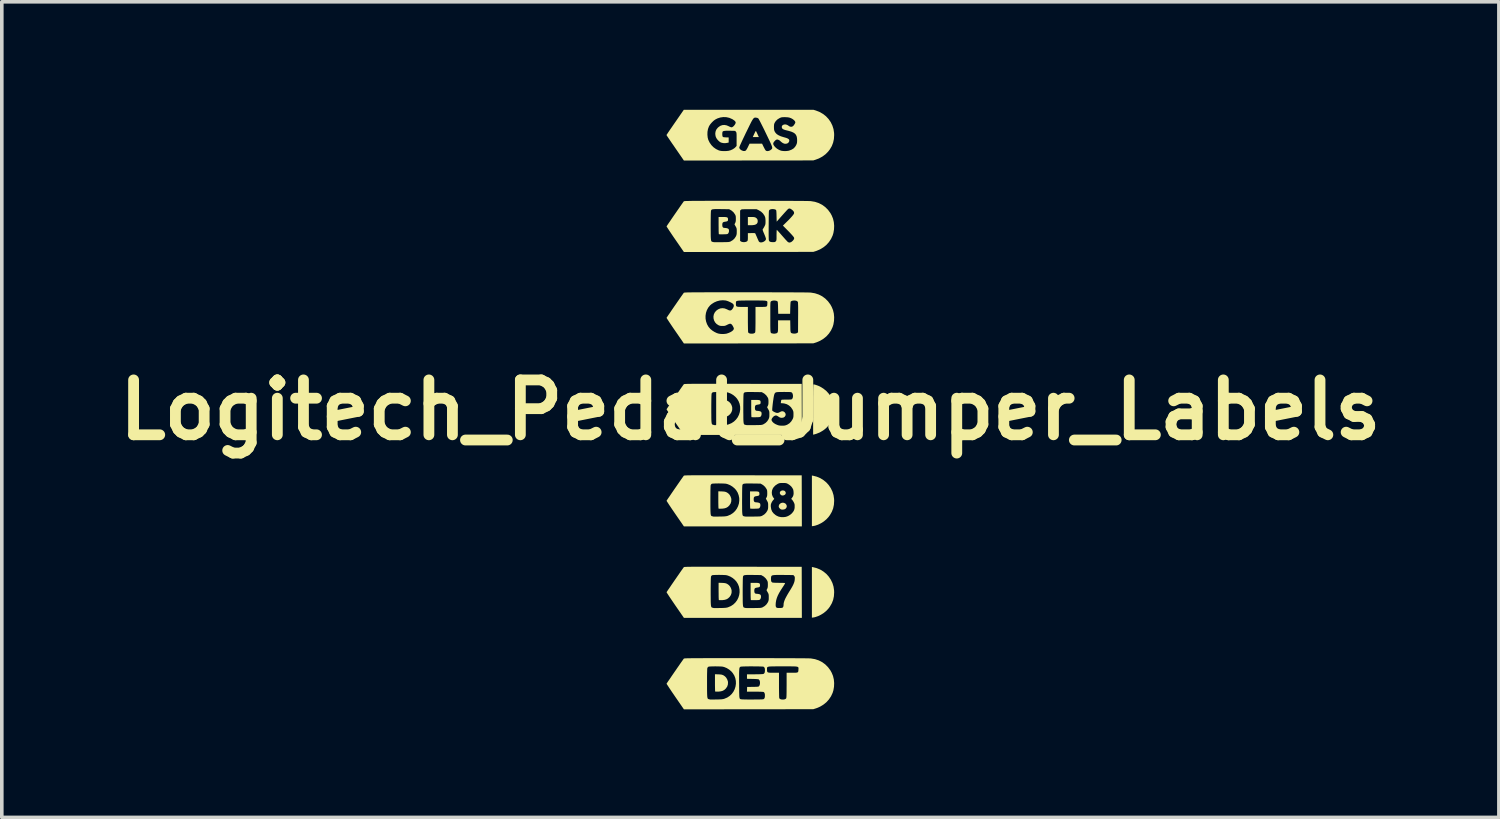
<source format=kicad_pcb>
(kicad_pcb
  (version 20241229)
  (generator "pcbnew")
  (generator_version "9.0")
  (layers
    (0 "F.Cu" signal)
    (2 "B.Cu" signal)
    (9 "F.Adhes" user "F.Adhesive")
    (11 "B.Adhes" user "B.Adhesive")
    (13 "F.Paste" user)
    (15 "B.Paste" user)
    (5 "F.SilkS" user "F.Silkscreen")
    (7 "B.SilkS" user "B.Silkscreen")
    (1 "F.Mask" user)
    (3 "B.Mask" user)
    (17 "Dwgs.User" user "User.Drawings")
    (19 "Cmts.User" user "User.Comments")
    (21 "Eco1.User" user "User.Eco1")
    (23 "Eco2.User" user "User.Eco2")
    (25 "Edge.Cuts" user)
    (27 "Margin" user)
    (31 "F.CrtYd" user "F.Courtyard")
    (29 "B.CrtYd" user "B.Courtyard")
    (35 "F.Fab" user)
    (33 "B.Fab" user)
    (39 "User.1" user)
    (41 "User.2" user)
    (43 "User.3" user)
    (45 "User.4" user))
  (footprint "Logitech_Pedal_Jumper_Labels"
    (layer "F.Cu")
    (at 17.787 8.335)
    (property "Reference" "Logitech_Pedal_Jumper_Labels" (at 0 0 0) (layer "F.SilkS") (effects (font (size 1.524 1.524) (thickness 0.3))))
    (attr board_only exclude_from_pos_files exclude_from_bom)
    (fp_poly (pts (xy 0.155 -7.746) (xy 0.159 -7.743) (xy 0.163 -7.735) (xy 0.171 -7.718) (xy 0.184 -7.692) (xy 0.202 -7.654) (xy 0.206 -7.643) (xy 0.237 -7.578) (xy 0.068 -7.578) (xy 0.088 -7.622) (xy 0.111 -7.672) (xy 0.129 -7.71) (xy 0.143 -7.735) (xy 0.152 -7.747) (xy 0.153 -7.747)) (stroke (width 0) (type solid)) (fill yes) (layer "F.SilkS"))
    (fp_poly (pts (xy 0.023 -5.359) (xy 0.07 -5.359) (xy 0.103 -5.356) (xy 0.127 -5.351) (xy 0.143 -5.345) (xy 0.179 -5.319) (xy 0.2 -5.285) (xy 0.206 -5.246) (xy 0.201 -5.206) (xy 0.184 -5.176) (xy 0.156 -5.154) (xy 0.114 -5.139) (xy 0.058 -5.132) (xy 0.019 -5.131) (xy -0.068 -5.131) (xy -0.068 -5.359)) (stroke (width 0) (type solid)) (fill yes) (layer "F.SilkS"))
    (fp_poly (pts (xy 0.935 2.239) (xy 0.96 2.253) (xy 0.978 2.277) (xy 0.985 2.306) (xy 0.978 2.333) (xy 0.959 2.355) (xy 0.931 2.37) (xy 0.897 2.376) (xy 0.875 2.373) (xy 0.857 2.365) (xy 0.838 2.349) (xy 0.838 2.349) (xy 0.821 2.321) (xy 0.819 2.293) (xy 0.83 2.267) (xy 0.852 2.247) (xy 0.884 2.236) (xy 0.898 2.235)) (stroke (width 0) (type solid)) (fill yes) (layer "F.SilkS"))
    (fp_poly (pts (xy 0.933 2.579) (xy 0.968 2.595) (xy 0.983 2.607) (xy 1.006 2.64) (xy 1.013 2.675) (xy 1.004 2.71) (xy 0.978 2.744) (xy 0.977 2.744) (xy 0.954 2.757) (xy 0.922 2.765) (xy 0.887 2.767) (xy 0.857 2.763) (xy 0.85 2.761) (xy 0.834 2.75) (xy 0.814 2.731) (xy 0.809 2.725) (xy 0.794 2.703) (xy 0.789 2.683) (xy 0.79 2.664) (xy 0.802 2.629) (xy 0.827 2.601) (xy 0.859 2.583) (xy 0.896 2.575)) (stroke (width 0) (type solid)) (fill yes) (layer "F.SilkS"))
    (fp_poly (pts (xy 1.738 1.825) (xy 1.843 1.852) (xy 1.94 1.892) (xy 2.029 1.946) (xy 2.109 2.011) (xy 2.178 2.088) (xy 2.235 2.173) (xy 2.28 2.266) (xy 2.311 2.367) (xy 2.326 2.472) (xy 2.328 2.526) (xy 2.321 2.634) (xy 2.3 2.734) (xy 2.263 2.829) (xy 2.211 2.919) (xy 2.173 2.971) (xy 2.113 3.036) (xy 2.041 3.096) (xy 1.962 3.146) (xy 1.88 3.186) (xy 1.797 3.214) (xy 1.749 3.223) (xy 1.71 3.228) (xy 1.71 1.821)) (stroke (width 0) (type solid)) (fill yes) (layer "F.SilkS"))
    (fp_poly (pts (xy 1.738 4.365) (xy 1.843 4.392) (xy 1.94 4.432) (xy 2.029 4.486) (xy 2.109 4.551) (xy 2.178 4.628) (xy 2.235 4.713) (xy 2.28 4.806) (xy 2.311 4.907) (xy 2.326 5.012) (xy 2.328 5.066) (xy 2.321 5.174) (xy 2.3 5.274) (xy 2.263 5.369) (xy 2.211 5.459) (xy 2.173 5.511) (xy 2.113 5.576) (xy 2.041 5.636) (xy 1.962 5.686) (xy 1.88 5.726) (xy 1.797 5.754) (xy 1.749 5.763) (xy 1.71 5.768) (xy 1.71 4.361)) (stroke (width 0) (type solid)) (fill yes) (layer "F.SilkS"))
    (fp_poly (pts (xy -0.887 7.342) (xy -0.837 7.345) (xy -0.799 7.35) (xy -0.769 7.359) (xy -0.741 7.372) (xy -0.712 7.393) (xy -0.702 7.4) (xy -0.669 7.436) (xy -0.642 7.483) (xy -0.624 7.534) (xy -0.62 7.56) (xy -0.623 7.622) (xy -0.641 7.679) (xy -0.676 7.731) (xy -0.683 7.739) (xy -0.722 7.774) (xy -0.764 7.798) (xy -0.815 7.813) (xy -0.876 7.821) (xy -0.889 7.821) (xy -0.924 7.822) (xy -0.953 7.822) (xy -0.972 7.82) (xy -0.976 7.818) (xy -0.977 7.809) (xy -0.979 7.784) (xy -0.98 7.747) (xy -0.981 7.7) (xy -0.982 7.644) (xy -0.982 7.583) (xy -0.982 7.575) (xy -0.982 7.339)) (stroke (width 0) (type solid)) (fill yes) (layer "F.SilkS"))
    (fp_poly (pts (xy -0.794 2.262) (xy -0.744 2.265) (xy -0.706 2.27) (xy -0.676 2.279) (xy -0.648 2.292) (xy -0.618 2.313) (xy -0.609 2.32) (xy -0.575 2.356) (xy -0.549 2.403) (xy -0.531 2.454) (xy -0.527 2.48) (xy -0.53 2.542) (xy -0.548 2.599) (xy -0.583 2.651) (xy -0.59 2.659) (xy -0.629 2.694) (xy -0.671 2.718) (xy -0.721 2.733) (xy -0.783 2.741) (xy -0.796 2.741) (xy -0.831 2.742) (xy -0.86 2.742) (xy -0.879 2.74) (xy -0.883 2.738) (xy -0.884 2.729) (xy -0.886 2.704) (xy -0.887 2.667) (xy -0.888 2.62) (xy -0.889 2.564) (xy -0.889 2.503) (xy -0.889 2.495) (xy -0.889 2.259)) (stroke (width 0) (type solid)) (fill yes) (layer "F.SilkS"))
    (fp_poly (pts (xy -0.785 4.802) (xy -0.735 4.805) (xy -0.698 4.81) (xy -0.667 4.819) (xy -0.64 4.832) (xy -0.61 4.853) (xy -0.601 4.86) (xy -0.567 4.896) (xy -0.54 4.943) (xy -0.523 4.994) (xy -0.519 5.02) (xy -0.521 5.082) (xy -0.54 5.139) (xy -0.574 5.191) (xy -0.582 5.199) (xy -0.62 5.234) (xy -0.663 5.258) (xy -0.713 5.273) (xy -0.775 5.281) (xy -0.787 5.281) (xy -0.823 5.282) (xy -0.852 5.282) (xy -0.87 5.28) (xy -0.874 5.278) (xy -0.876 5.269) (xy -0.877 5.244) (xy -0.879 5.207) (xy -0.88 5.16) (xy -0.88 5.104) (xy -0.881 5.043) (xy -0.881 5.035) (xy -0.881 4.799)) (stroke (width 0) (type solid)) (fill yes) (layer "F.SilkS"))
    (fp_poly (pts (xy -0.768 -0.278) (xy -0.718 -0.275) (xy -0.681 -0.27) (xy -0.65 -0.261) (xy -0.623 -0.248) (xy -0.593 -0.227) (xy -0.584 -0.22) (xy -0.55 -0.184) (xy -0.523 -0.137) (xy -0.506 -0.086) (xy -0.502 -0.06) (xy -0.504 0.002) (xy -0.523 0.059) (xy -0.557 0.111) (xy -0.565 0.119) (xy -0.603 0.154) (xy -0.646 0.178) (xy -0.696 0.193) (xy -0.758 0.201) (xy -0.77 0.201) (xy -0.806 0.202) (xy -0.835 0.202) (xy -0.853 0.2) (xy -0.857 0.198) (xy -0.859 0.189) (xy -0.86 0.164) (xy -0.862 0.127) (xy -0.863 0.08) (xy -0.863 0.024) (xy -0.864 -0.037) (xy -0.864 -0.045) (xy -0.864 -0.281)) (stroke (width 0) (type solid)) (fill yes) (layer "F.SilkS"))
    (fp_poly (pts (xy 1.775 -0.708) (xy 1.805 -0.7) (xy 1.842 -0.688) (xy 1.88 -0.674) (xy 1.915 -0.659) (xy 1.935 -0.65) (xy 2.029 -0.593) (xy 2.113 -0.525) (xy 2.183 -0.447) (xy 2.241 -0.359) (xy 2.285 -0.263) (xy 2.314 -0.161) (xy 2.327 -0.053) (xy 2.328 -0.014) (xy 2.321 0.094) (xy 2.3 0.194) (xy 2.263 0.289) (xy 2.211 0.379) (xy 2.173 0.431) (xy 2.103 0.506) (xy 2.021 0.57) (xy 1.929 0.624) (xy 1.829 0.664) (xy 1.767 0.681) (xy 1.744 0.686) (xy 1.744 -0.013) (xy 1.744 -0.14) (xy 1.744 -0.251) (xy 1.744 -0.347) (xy 1.745 -0.43) (xy 1.745 -0.499) (xy 1.746 -0.557) (xy 1.747 -0.603) (xy 1.748 -0.64) (xy 1.749 -0.668) (xy 1.75 -0.688) (xy 1.752 -0.701) (xy 1.754 -0.709) (xy 1.756 -0.711) (xy 1.756 -0.711)) (stroke (width 0) (type solid)) (fill yes) (layer "F.SilkS"))
    (fp_poly (pts (xy -0.773 -5.359) (xy -0.719 -5.359) (xy -0.679 -5.356) (xy -0.652 -5.351) (xy -0.635 -5.343) (xy -0.625 -5.329) (xy -0.621 -5.311) (xy -0.62 -5.299) (xy -0.62 -5.269) (xy -0.629 -5.25) (xy -0.648 -5.238) (xy -0.681 -5.231) (xy -0.694 -5.229) (xy -0.733 -5.222) (xy -0.759 -5.21) (xy -0.773 -5.19) (xy -0.778 -5.158) (xy -0.779 -5.139) (xy -0.776 -5.1) (xy -0.764 -5.074) (xy -0.744 -5.059) (xy -0.712 -5.055) (xy -0.709 -5.055) (xy -0.669 -5.051) (xy -0.634 -5.043) (xy -0.61 -5.03) (xy -0.601 -5.021) (xy -0.593 -4.991) (xy -0.593 -4.955) (xy -0.603 -4.922) (xy -0.613 -4.905) (xy -0.622 -4.895) (xy -0.631 -4.889) (xy -0.643 -4.884) (xy -0.661 -4.882) (xy -0.689 -4.88) (xy -0.73 -4.879) (xy -0.751 -4.878) (xy -0.794 -4.878) (xy -0.831 -4.878) (xy -0.858 -4.879) (xy -0.873 -4.881) (xy -0.874 -4.882) (xy -0.876 -4.892) (xy -0.877 -4.916) (xy -0.879 -4.953) (xy -0.88 -5) (xy -0.88 -5.056) (xy -0.881 -5.117) (xy -0.881 -5.124) (xy -0.881 -5.359)) (stroke (width 0) (type solid)) (fill yes) (layer "F.SilkS"))
    (fp_poly (pts (xy 0.099 2.261) (xy 0.153 2.261) (xy 0.193 2.264) (xy 0.22 2.269) (xy 0.237 2.277) (xy 0.247 2.291) (xy 0.251 2.309) (xy 0.252 2.321) (xy 0.252 2.351) (xy 0.243 2.37) (xy 0.224 2.382) (xy 0.192 2.389) (xy 0.178 2.391) (xy 0.139 2.398) (xy 0.113 2.41) (xy 0.099 2.43) (xy 0.094 2.462) (xy 0.093 2.481) (xy 0.096 2.52) (xy 0.108 2.546) (xy 0.128 2.561) (xy 0.16 2.565) (xy 0.163 2.565) (xy 0.203 2.569) (xy 0.238 2.577) (xy 0.262 2.59) (xy 0.271 2.599) (xy 0.279 2.629) (xy 0.279 2.665) (xy 0.269 2.698) (xy 0.259 2.715) (xy 0.25 2.725) (xy 0.242 2.731) (xy 0.229 2.736) (xy 0.211 2.738) (xy 0.183 2.74) (xy 0.142 2.741) (xy 0.121 2.742) (xy 0.078 2.742) (xy 0.041 2.742) (xy 0.014 2.741) (xy -0.001 2.739) (xy -0.002 2.738) (xy -0.004 2.728) (xy -0.005 2.704) (xy -0.007 2.667) (xy -0.008 2.62) (xy -0.008 2.564) (xy -0.008 2.503) (xy -0.008 2.496) (xy -0.008 2.261)) (stroke (width 0) (type solid)) (fill yes) (layer "F.SilkS"))
    (fp_poly (pts (xy 0.116 4.801) (xy 0.17 4.801) (xy 0.21 4.804) (xy 0.237 4.809) (xy 0.254 4.817) (xy 0.264 4.831) (xy 0.268 4.849) (xy 0.269 4.861) (xy 0.269 4.891) (xy 0.26 4.91) (xy 0.241 4.922) (xy 0.208 4.929) (xy 0.195 4.931) (xy 0.156 4.938) (xy 0.13 4.95) (xy 0.116 4.97) (xy 0.111 5.002) (xy 0.11 5.021) (xy 0.113 5.06) (xy 0.125 5.086) (xy 0.145 5.101) (xy 0.177 5.105) (xy 0.18 5.105) (xy 0.22 5.109) (xy 0.255 5.117) (xy 0.279 5.13) (xy 0.288 5.139) (xy 0.296 5.169) (xy 0.296 5.205) (xy 0.286 5.238) (xy 0.276 5.255) (xy 0.267 5.265) (xy 0.258 5.271) (xy 0.246 5.276) (xy 0.228 5.278) (xy 0.2 5.28) (xy 0.159 5.281) (xy 0.138 5.282) (xy 0.095 5.282) (xy 0.058 5.282) (xy 0.031 5.281) (xy 0.016 5.279) (xy 0.015 5.278) (xy 0.013 5.268) (xy 0.012 5.244) (xy 0.01 5.207) (xy 0.009 5.16) (xy 0.009 5.104) (xy 0.008 5.043) (xy 0.008 5.036) (xy 0.008 4.801)) (stroke (width 0) (type solid)) (fill yes) (layer "F.SilkS"))
    (fp_poly (pts (xy 0.133 -0.279) (xy 0.187 -0.279) (xy 0.227 -0.276) (xy 0.254 -0.271) (xy 0.271 -0.263) (xy 0.281 -0.249) (xy 0.285 -0.231) (xy 0.286 -0.219) (xy 0.285 -0.189) (xy 0.277 -0.17) (xy 0.258 -0.158) (xy 0.225 -0.151) (xy 0.212 -0.149) (xy 0.172 -0.142) (xy 0.147 -0.13) (xy 0.133 -0.11) (xy 0.128 -0.078) (xy 0.127 -0.059) (xy 0.13 -0.02) (xy 0.141 0.006) (xy 0.162 0.021) (xy 0.194 0.025) (xy 0.197 0.025) (xy 0.237 0.029) (xy 0.272 0.037) (xy 0.296 0.05) (xy 0.305 0.059) (xy 0.313 0.089) (xy 0.312 0.125) (xy 0.303 0.158) (xy 0.293 0.175) (xy 0.284 0.185) (xy 0.275 0.191) (xy 0.263 0.196) (xy 0.245 0.198) (xy 0.217 0.2) (xy 0.176 0.201) (xy 0.155 0.202) (xy 0.112 0.202) (xy 0.075 0.202) (xy 0.048 0.201) (xy 0.033 0.199) (xy 0.032 0.198) (xy 0.03 0.188) (xy 0.029 0.164) (xy 0.027 0.127) (xy 0.026 0.08) (xy 0.026 0.024) (xy 0.025 -0.037) (xy 0.025 -0.044) (xy 0.025 -0.279)) (stroke (width 0) (type solid)) (fill yes) (layer "F.SilkS"))
    (fp_poly (pts (xy -0.992 1.813) (xy -0.853 1.813) (xy -0.7 1.813) (xy -0.532 1.814) (xy -0.349 1.814) (xy -0.204 1.814) (xy 1.427 1.816) (xy 1.429 2.525) (xy 1.431 3.234) (xy -1.844 3.234) (xy -2.087 2.882) (xy -2.134 2.813) (xy -2.178 2.749) (xy -2.218 2.689) (xy -2.253 2.637) (xy -2.282 2.592) (xy -2.305 2.557) (xy -2.32 2.533) (xy -2.326 2.521) (xy -2.326 2.52) (xy -2.32 2.511) (xy -2.312 2.499) (xy -1.109 2.499) (xy -1.109 2.597) (xy -1.109 2.679) (xy -1.108 2.747) (xy -1.107 2.802) (xy -1.105 2.846) (xy -1.103 2.88) (xy -1.099 2.905) (xy -1.095 2.923) (xy -1.089 2.935) (xy -1.082 2.943) (xy -1.073 2.948) (xy -1.062 2.951) (xy -1.061 2.951) (xy -1.041 2.956) (xy -1.029 2.96) (xy -1.018 2.961) (xy -0.993 2.961) (xy -0.957 2.961) (xy -0.911 2.961) (xy -0.86 2.96) (xy -0.851 2.96) (xy -0.79 2.959) (xy -0.742 2.957) (xy -0.706 2.955) (xy -0.677 2.951) (xy -0.653 2.947) (xy -0.631 2.941) (xy -0.626 2.939) (xy -0.548 2.906) (xy -0.48 2.861) (xy -0.422 2.806) (xy -0.376 2.743) (xy -0.341 2.673) (xy -0.317 2.599) (xy -0.307 2.522) (xy -0.307 2.499) (xy -0.229 2.499) (xy -0.229 2.597) (xy -0.228 2.679) (xy -0.228 2.747) (xy -0.227 2.802) (xy -0.225 2.846) (xy -0.222 2.88) (xy -0.219 2.905) (xy -0.214 2.923) (xy -0.208 2.935) (xy -0.201 2.943) (xy -0.192 2.948) (xy -0.182 2.951) (xy -0.18 2.951) (xy -0.16 2.956) (xy -0.148 2.96) (xy -0.138 2.96) (xy -0.113 2.961) (xy -0.075 2.961) (xy -0.029 2.961) (xy 0.026 2.961) (xy 0.072 2.961) (xy 0.137 2.96) (xy 0.188 2.959) (xy 0.227 2.958) (xy 0.256 2.957) (xy 0.278 2.954) (xy 0.294 2.951) (xy 0.309 2.946) (xy 0.323 2.941) (xy 0.33 2.937) (xy 0.387 2.902) (xy 0.435 2.855) (xy 0.471 2.8) (xy 0.473 2.795) (xy 0.484 2.77) (xy 0.49 2.747) (xy 0.494 2.721) (xy 0.495 2.685) (xy 0.495 2.663) (xy 0.495 2.654) (xy 0.568 2.654) (xy 0.569 2.689) (xy 0.57 2.693) (xy 0.581 2.76) (xy 0.605 2.819) (xy 0.644 2.87) (xy 0.698 2.916) (xy 0.729 2.936) (xy 0.786 2.962) (xy 0.851 2.975) (xy 0.92 2.977) (xy 0.988 2.968) (xy 1.046 2.947) (xy 1.103 2.914) (xy 1.154 2.871) (xy 1.193 2.822) (xy 1.208 2.796) (xy 1.22 2.767) (xy 1.227 2.74) (xy 1.231 2.707) (xy 1.231 2.681) (xy 1.231 2.644) (xy 1.228 2.617) (xy 1.22 2.593) (xy 1.207 2.565) (xy 1.205 2.561) (xy 1.188 2.531) (xy 1.17 2.505) (xy 1.157 2.49) (xy 1.135 2.47) (xy 1.155 2.444) (xy 1.181 2.405) (xy 1.195 2.37) (xy 1.202 2.33) (xy 1.202 2.305) (xy 1.2 2.268) (xy 1.195 2.231) (xy 1.189 2.207) (xy 1.167 2.165) (xy 1.134 2.122) (xy 1.091 2.084) (xy 1.047 2.055) (xy 1.023 2.043) (xy 1.003 2.035) (xy 0.982 2.031) (xy 0.955 2.028) (xy 0.918 2.028) (xy 0.902 2.028) (xy 0.86 2.028) (xy 0.83 2.03) (xy 0.808 2.033) (xy 0.788 2.04) (xy 0.766 2.05) (xy 0.758 2.054) (xy 0.695 2.096) (xy 0.646 2.147) (xy 0.62 2.189) (xy 0.602 2.24) (xy 0.596 2.297) (xy 0.602 2.353) (xy 0.62 2.401) (xy 0.635 2.427) (xy 0.649 2.447) (xy 0.656 2.455) (xy 0.663 2.463) (xy 0.661 2.472) (xy 0.65 2.487) (xy 0.64 2.497) (xy 0.62 2.522) (xy 0.599 2.554) (xy 0.588 2.577) (xy 0.576 2.605) (xy 0.57 2.628) (xy 0.568 2.654) (xy 0.495 2.654) (xy 0.495 2.623) (xy 0.493 2.596) (xy 0.489 2.574) (xy 0.481 2.553) (xy 0.468 2.528) (xy 0.464 2.521) (xy 0.432 2.463) (xy 0.451 2.428) (xy 0.46 2.407) (xy 0.466 2.385) (xy 0.469 2.357) (xy 0.47 2.318) (xy 0.47 2.311) (xy 0.469 2.27) (xy 0.467 2.241) (xy 0.461 2.219) (xy 0.452 2.198) (xy 0.45 2.195) (xy 0.41 2.136) (xy 0.358 2.088) (xy 0.329 2.07) (xy 0.284 2.045) (xy 0.06 2.042) (xy -0.014 2.041) (xy -0.073 2.041) (xy -0.119 2.042) (xy -0.153 2.045) (xy -0.178 2.048) (xy -0.195 2.054) (xy -0.207 2.062) (xy -0.214 2.072) (xy -0.22 2.085) (xy -0.222 2.101) (xy -0.224 2.133) (xy -0.226 2.182) (xy -0.227 2.246) (xy -0.228 2.326) (xy -0.228 2.421) (xy -0.229 2.499) (xy -0.307 2.499) (xy -0.308 2.445) (xy -0.324 2.368) (xy -0.352 2.294) (xy -0.395 2.225) (xy -0.438 2.177) (xy -0.497 2.128) (xy -0.562 2.088) (xy -0.63 2.06) (xy -0.667 2.05) (xy -0.692 2.046) (xy -0.729 2.044) (xy -0.774 2.042) (xy -0.825 2.041) (xy -0.879 2.04) (xy -0.931 2.041) (xy -0.98 2.042) (xy -1.021 2.044) (xy -1.052 2.046) (xy -1.069 2.05) (xy -1.07 2.05) (xy -1.088 2.065) (xy -1.1 2.085) (xy -1.103 2.101) (xy -1.105 2.133) (xy -1.106 2.18) (xy -1.108 2.243) (xy -1.108 2.321) (xy -1.109 2.412) (xy -1.109 2.499) (xy -2.312 2.499) (xy -2.306 2.49) (xy -2.285 2.458) (xy -2.257 2.418) (xy -2.224 2.37) (xy -2.188 2.316) (xy -2.148 2.258) (xy -2.107 2.198) (xy -2.065 2.138) (xy -2.024 2.078) (xy -1.984 2.021) (xy -1.948 1.968) (xy -1.915 1.921) (xy -1.887 1.882) (xy -1.866 1.852) (xy -1.852 1.833) (xy -1.848 1.827) (xy -1.845 1.825) (xy -1.842 1.823) (xy -1.836 1.822) (xy -1.827 1.82) (xy -1.814 1.819) (xy -1.797 1.818) (xy -1.775 1.817) (xy -1.747 1.816) (xy -1.712 1.816) (xy -1.67 1.815) (xy -1.621 1.814) (xy -1.562 1.814) (xy -1.495 1.814) (xy -1.417 1.813) (xy -1.329 1.813) (xy -1.229 1.813) (xy -1.117 1.813)) (stroke (width 0) (type solid)) (fill yes) (layer "F.SilkS"))
    (fp_poly (pts (xy -0.992 4.353) (xy -0.853 4.353) (xy -0.7 4.353) (xy -0.532 4.354) (xy -0.349 4.354) (xy -0.204 4.354) (xy 1.427 4.356) (xy 1.429 5.065) (xy 1.431 5.774) (xy -1.844 5.774) (xy -2.087 5.422) (xy -2.134 5.353) (xy -2.178 5.288) (xy -2.218 5.229) (xy -2.253 5.177) (xy -2.282 5.132) (xy -2.305 5.097) (xy -2.32 5.073) (xy -2.326 5.061) (xy -2.326 5.06) (xy -2.32 5.051) (xy -2.312 5.039) (xy -1.101 5.039) (xy -1.101 5.137) (xy -1.1 5.219) (xy -1.1 5.287) (xy -1.099 5.342) (xy -1.097 5.386) (xy -1.094 5.42) (xy -1.091 5.445) (xy -1.086 5.463) (xy -1.08 5.475) (xy -1.073 5.483) (xy -1.064 5.488) (xy -1.054 5.491) (xy -1.053 5.491) (xy -1.032 5.496) (xy -1.02 5.5) (xy -1.01 5.501) (xy -0.985 5.501) (xy -0.948 5.501) (xy -0.903 5.501) (xy -0.851 5.5) (xy -0.842 5.5) (xy -0.781 5.499) (xy -0.734 5.497) (xy -0.697 5.495) (xy -0.669 5.491) (xy -0.645 5.487) (xy -0.622 5.481) (xy -0.617 5.479) (xy -0.539 5.446) (xy -0.471 5.401) (xy -0.414 5.346) (xy -0.367 5.283) (xy -0.332 5.213) (xy -0.309 5.139) (xy -0.298 5.062) (xy -0.299 5.039) (xy -0.212 5.039) (xy -0.212 5.137) (xy -0.211 5.219) (xy -0.211 5.287) (xy -0.21 5.342) (xy -0.208 5.386) (xy -0.205 5.42) (xy -0.202 5.445) (xy -0.197 5.463) (xy -0.191 5.475) (xy -0.184 5.483) (xy -0.175 5.488) (xy -0.165 5.491) (xy -0.164 5.491) (xy -0.143 5.496) (xy -0.131 5.5) (xy -0.121 5.5) (xy -0.096 5.501) (xy -0.059 5.501) (xy -0.012 5.501) (xy 0.043 5.501) (xy 0.089 5.501) (xy 0.154 5.5) (xy 0.205 5.499) (xy 0.244 5.498) (xy 0.273 5.497) (xy 0.295 5.494) (xy 0.311 5.491) (xy 0.326 5.486) (xy 0.34 5.481) (xy 0.347 5.477) (xy 0.404 5.442) (xy 0.452 5.395) (xy 0.488 5.34) (xy 0.49 5.335) (xy 0.501 5.31) (xy 0.507 5.287) (xy 0.511 5.261) (xy 0.512 5.225) (xy 0.512 5.203) (xy 0.512 5.163) (xy 0.51 5.136) (xy 0.506 5.114) (xy 0.498 5.093) (xy 0.485 5.068) (xy 0.48 5.061) (xy 0.449 5.003) (xy 0.468 4.968) (xy 0.477 4.947) (xy 0.483 4.925) (xy 0.486 4.897) (xy 0.487 4.858) (xy 0.487 4.851) (xy 0.486 4.81) (xy 0.484 4.781) (xy 0.478 4.759) (xy 0.469 4.738) (xy 0.467 4.735) (xy 0.447 4.704) (xy 0.574 4.704) (xy 0.576 4.737) (xy 0.582 4.762) (xy 0.583 4.765) (xy 0.599 4.783) (xy 0.615 4.793) (xy 0.63 4.795) (xy 0.659 4.797) (xy 0.698 4.799) (xy 0.746 4.8) (xy 0.798 4.801) (xy 0.801 4.801) (xy 0.859 4.801) (xy 0.903 4.802) (xy 0.933 4.803) (xy 0.952 4.805) (xy 0.962 4.808) (xy 0.965 4.812) (xy 0.961 4.823) (xy 0.948 4.845) (xy 0.93 4.875) (xy 0.907 4.91) (xy 0.903 4.916) (xy 0.846 5.004) (xy 0.799 5.083) (xy 0.763 5.154) (xy 0.737 5.219) (xy 0.719 5.281) (xy 0.708 5.343) (xy 0.705 5.378) (xy 0.703 5.426) (xy 0.708 5.46) (xy 0.719 5.482) (xy 0.741 5.495) (xy 0.774 5.5) (xy 0.822 5.5) (xy 0.829 5.5) (xy 0.863 5.498) (xy 0.885 5.494) (xy 0.899 5.487) (xy 0.907 5.478) (xy 0.919 5.453) (xy 0.923 5.415) (xy 0.925 5.378) (xy 0.933 5.339) (xy 0.947 5.296) (xy 0.967 5.247) (xy 0.996 5.191) (xy 1.032 5.126) (xy 1.078 5.049) (xy 1.095 5.023) (xy 1.138 4.952) (xy 1.172 4.892) (xy 1.197 4.841) (xy 1.215 4.796) (xy 1.227 4.756) (xy 1.233 4.717) (xy 1.234 4.698) (xy 1.236 4.665) (xy 1.234 4.643) (xy 1.23 4.627) (xy 1.22 4.614) (xy 1.217 4.609) (xy 1.195 4.585) (xy 0.926 4.582) (xy 0.842 4.581) (xy 0.774 4.581) (xy 0.719 4.582) (xy 0.677 4.584) (xy 0.644 4.587) (xy 0.621 4.591) (xy 0.604 4.596) (xy 0.593 4.604) (xy 0.585 4.613) (xy 0.583 4.616) (xy 0.577 4.638) (xy 0.574 4.669) (xy 0.574 4.704) (xy 0.447 4.704) (xy 0.427 4.676) (xy 0.375 4.628) (xy 0.345 4.61) (xy 0.301 4.585) (xy 0.077 4.582) (xy 0.003 4.581) (xy -0.056 4.581) (xy -0.102 4.582) (xy -0.136 4.585) (xy -0.161 4.588) (xy -0.178 4.594) (xy -0.19 4.602) (xy -0.197 4.612) (xy -0.203 4.625) (xy -0.205 4.641) (xy -0.207 4.673) (xy -0.209 4.722) (xy -0.21 4.786) (xy -0.211 4.866) (xy -0.212 4.961) (xy -0.212 5.039) (xy -0.299 5.039) (xy -0.3 4.985) (xy -0.315 4.908) (xy -0.344 4.834) (xy -0.387 4.765) (xy -0.43 4.717) (xy -0.488 4.668) (xy -0.554 4.628) (xy -0.622 4.6) (xy -0.659 4.59) (xy -0.684 4.586) (xy -0.721 4.584) (xy -0.766 4.582) (xy -0.817 4.581) (xy -0.87 4.58) (xy -0.923 4.581) (xy -0.971 4.582) (xy -1.012 4.584) (xy -1.043 4.586) (xy -1.061 4.59) (xy -1.062 4.59) (xy -1.08 4.605) (xy -1.092 4.625) (xy -1.094 4.641) (xy -1.096 4.673) (xy -1.098 4.72) (xy -1.099 4.783) (xy -1.1 4.861) (xy -1.101 4.952) (xy -1.101 5.039) (xy -2.312 5.039) (xy -2.306 5.03) (xy -2.285 4.998) (xy -2.257 4.958) (xy -2.224 4.91) (xy -2.188 4.856) (xy -2.148 4.798) (xy -2.107 4.738) (xy -2.065 4.678) (xy -2.024 4.618) (xy -1.984 4.561) (xy -1.948 4.508) (xy -1.915 4.461) (xy -1.887 4.422) (xy -1.866 4.392) (xy -1.852 4.373) (xy -1.848 4.367) (xy -1.845 4.365) (xy -1.842 4.363) (xy -1.836 4.362) (xy -1.827 4.36) (xy -1.814 4.359) (xy -1.797 4.358) (xy -1.775 4.357) (xy -1.747 4.356) (xy -1.712 4.356) (xy -1.67 4.355) (xy -1.621 4.354) (xy -1.562 4.354) (xy -1.495 4.354) (xy -1.417 4.353) (xy -1.329 4.353) (xy -1.229 4.353) (xy -1.117 4.353)) (stroke (width 0) (type solid)) (fill yes) (layer "F.SilkS"))
    (fp_poly (pts (xy -0.992 -0.727) (xy -0.853 -0.727) (xy -0.7 -0.727) (xy -0.532 -0.726) (xy -0.349 -0.726) (xy -0.204 -0.726) (xy 1.427 -0.724) (xy 1.429 -0.015) (xy 1.431 0.694) (xy -1.844 0.694) (xy -2.087 0.342) (xy -2.134 0.273) (xy -2.178 0.209) (xy -2.218 0.149) (xy -2.253 0.097) (xy -2.282 0.052) (xy -2.305 0.017) (xy -2.32 -0.007) (xy -2.326 -0.019) (xy -2.326 -0.02) (xy -2.32 -0.029) (xy -2.312 -0.041) (xy -1.084 -0.041) (xy -1.084 0.057) (xy -1.083 0.139) (xy -1.083 0.207) (xy -1.082 0.262) (xy -1.08 0.306) (xy -1.077 0.34) (xy -1.074 0.365) (xy -1.069 0.383) (xy -1.063 0.395) (xy -1.056 0.403) (xy -1.047 0.408) (xy -1.037 0.411) (xy -1.036 0.411) (xy -1.015 0.416) (xy -1.003 0.42) (xy -0.993 0.421) (xy -0.968 0.421) (xy -0.931 0.421) (xy -0.886 0.421) (xy -0.835 0.42) (xy -0.826 0.42) (xy -0.764 0.419) (xy -0.717 0.417) (xy -0.68 0.415) (xy -0.652 0.411) (xy -0.628 0.407) (xy -0.606 0.401) (xy -0.601 0.399) (xy -0.522 0.366) (xy -0.454 0.321) (xy -0.397 0.266) (xy -0.35 0.203) (xy -0.315 0.133) (xy -0.292 0.059) (xy -0.281 -0.018) (xy -0.282 -0.041) (xy -0.195 -0.041) (xy -0.195 0.057) (xy -0.194 0.139) (xy -0.194 0.207) (xy -0.193 0.262) (xy -0.191 0.306) (xy -0.188 0.34) (xy -0.185 0.365) (xy -0.18 0.383) (xy -0.174 0.395) (xy -0.167 0.403) (xy -0.158 0.408) (xy -0.148 0.411) (xy -0.147 0.411) (xy -0.126 0.416) (xy -0.114 0.42) (xy -0.104 0.42) (xy -0.079 0.421) (xy -0.042 0.421) (xy 0.005 0.421) (xy 0.06 0.421) (xy 0.106 0.421) (xy 0.171 0.42) (xy 0.222 0.419) (xy 0.261 0.418) (xy 0.29 0.417) (xy 0.312 0.414) (xy 0.328 0.411) (xy 0.342 0.406) (xy 0.357 0.401) (xy 0.364 0.397) (xy 0.421 0.362) (xy 0.469 0.315) (xy 0.502 0.263) (xy 0.589 0.263) (xy 0.589 0.281) (xy 0.596 0.299) (xy 0.617 0.332) (xy 0.652 0.364) (xy 0.698 0.393) (xy 0.751 0.416) (xy 0.791 0.429) (xy 0.824 0.434) (xy 0.866 0.437) (xy 0.904 0.437) (xy 0.946 0.434) (xy 0.978 0.427) (xy 1.009 0.416) (xy 1.029 0.407) (xy 1.088 0.369) (xy 1.137 0.317) (xy 1.176 0.254) (xy 1.176 0.254) (xy 1.186 0.229) (xy 1.193 0.207) (xy 1.197 0.18) (xy 1.198 0.144) (xy 1.198 0.123) (xy 1.198 0.083) (xy 1.196 0.055) (xy 1.191 0.033) (xy 1.183 0.013) (xy 1.171 -0.013) (xy 1.169 -0.015) (xy 1.127 -0.077) (xy 1.074 -0.125) (xy 1.013 -0.16) (xy 0.944 -0.18) (xy 0.908 -0.185) (xy 0.846 -0.189) (xy 0.851 -0.228) (xy 0.855 -0.253) (xy 0.859 -0.273) (xy 0.86 -0.277) (xy 0.866 -0.281) (xy 0.882 -0.285) (xy 0.91 -0.286) (xy 0.951 -0.288) (xy 1.003 -0.288) (xy 1.055 -0.288) (xy 1.093 -0.289) (xy 1.12 -0.29) (xy 1.138 -0.293) (xy 1.149 -0.297) (xy 1.157 -0.302) (xy 1.159 -0.304) (xy 1.176 -0.331) (xy 1.184 -0.366) (xy 1.184 -0.405) (xy 1.177 -0.443) (xy 1.163 -0.472) (xy 1.155 -0.48) (xy 1.148 -0.486) (xy 1.14 -0.491) (xy 1.129 -0.494) (xy 1.113 -0.497) (xy 1.089 -0.498) (xy 1.056 -0.499) (xy 1.011 -0.499) (xy 0.952 -0.5) (xy 0.928 -0.5) (xy 0.859 -0.499) (xy 0.805 -0.499) (xy 0.764 -0.497) (xy 0.733 -0.494) (xy 0.711 -0.488) (xy 0.695 -0.48) (xy 0.684 -0.469) (xy 0.675 -0.454) (xy 0.667 -0.435) (xy 0.667 -0.435) (xy 0.661 -0.415) (xy 0.654 -0.383) (xy 0.646 -0.34) (xy 0.639 -0.291) (xy 0.631 -0.238) (xy 0.624 -0.183) (xy 0.618 -0.13) (xy 0.613 -0.08) (xy 0.609 -0.038) (xy 0.608 -0.006) (xy 0.608 0.013) (xy 0.609 0.016) (xy 0.621 0.028) (xy 0.643 0.044) (xy 0.672 0.059) (xy 0.673 0.06) (xy 0.718 0.078) (xy 0.755 0.083) (xy 0.79 0.075) (xy 0.825 0.056) (xy 0.863 0.038) (xy 0.9 0.036) (xy 0.932 0.047) (xy 0.957 0.068) (xy 0.976 0.098) (xy 0.982 0.129) (xy 0.974 0.16) (xy 0.954 0.189) (xy 0.926 0.208) (xy 0.917 0.211) (xy 0.878 0.218) (xy 0.843 0.216) (xy 0.808 0.203) (xy 0.768 0.177) (xy 0.763 0.173) (xy 0.728 0.155) (xy 0.695 0.154) (xy 0.661 0.169) (xy 0.644 0.182) (xy 0.622 0.206) (xy 0.603 0.231) (xy 0.598 0.241) (xy 0.589 0.263) (xy 0.502 0.263) (xy 0.505 0.26) (xy 0.507 0.255) (xy 0.517 0.23) (xy 0.524 0.207) (xy 0.528 0.181) (xy 0.529 0.145) (xy 0.529 0.123) (xy 0.529 0.083) (xy 0.527 0.056) (xy 0.523 0.034) (xy 0.515 0.013) (xy 0.501 -0.012) (xy 0.497 -0.019) (xy 0.466 -0.077) (xy 0.485 -0.112) (xy 0.494 -0.133) (xy 0.5 -0.155) (xy 0.503 -0.183) (xy 0.504 -0.222) (xy 0.504 -0.229) (xy 0.503 -0.27) (xy 0.5 -0.299) (xy 0.495 -0.321) (xy 0.486 -0.342) (xy 0.484 -0.345) (xy 0.444 -0.404) (xy 0.392 -0.452) (xy 0.362 -0.47) (xy 0.318 -0.495) (xy 0.094 -0.498) (xy 0.02 -0.499) (xy -0.039 -0.499) (xy -0.085 -0.498) (xy -0.119 -0.495) (xy -0.144 -0.492) (xy -0.161 -0.486) (xy -0.173 -0.478) (xy -0.18 -0.468) (xy -0.186 -0.455) (xy -0.188 -0.439) (xy -0.19 -0.407) (xy -0.192 -0.358) (xy -0.193 -0.294) (xy -0.194 -0.214) (xy -0.195 -0.119) (xy -0.195 -0.041) (xy -0.282 -0.041) (xy -0.283 -0.095) (xy -0.298 -0.172) (xy -0.327 -0.246) (xy -0.37 -0.315) (xy -0.413 -0.363) (xy -0.471 -0.412) (xy -0.537 -0.452) (xy -0.605 -0.48) (xy -0.642 -0.49) (xy -0.667 -0.494) (xy -0.704 -0.496) (xy -0.749 -0.498) (xy -0.8 -0.499) (xy -0.853 -0.5) (xy -0.906 -0.499) (xy -0.954 -0.498) (xy -0.995 -0.496) (xy -1.026 -0.494) (xy -1.044 -0.49) (xy -1.045 -0.49) (xy -1.063 -0.475) (xy -1.075 -0.455) (xy -1.077 -0.439) (xy -1.079 -0.407) (xy -1.081 -0.36) (xy -1.082 -0.297) (xy -1.083 -0.219) (xy -1.084 -0.128) (xy -1.084 -0.041) (xy -2.312 -0.041) (xy -2.306 -0.05) (xy -2.285 -0.082) (xy -2.257 -0.122) (xy -2.224 -0.17) (xy -2.188 -0.224) (xy -2.148 -0.282) (xy -2.107 -0.342) (xy -2.065 -0.402) (xy -2.024 -0.462) (xy -1.984 -0.519) (xy -1.948 -0.572) (xy -1.915 -0.619) (xy -1.887 -0.658) (xy -1.866 -0.688) (xy -1.852 -0.707) (xy -1.848 -0.713) (xy -1.845 -0.715) (xy -1.842 -0.717) (xy -1.836 -0.718) (xy -1.827 -0.72) (xy -1.814 -0.721) (xy -1.797 -0.722) (xy -1.775 -0.723) (xy -1.747 -0.724) (xy -1.712 -0.724) (xy -1.67 -0.725) (xy -1.621 -0.726) (xy -1.562 -0.726) (xy -1.495 -0.726) (xy -1.417 -0.727) (xy -1.329 -0.727) (xy -1.229 -0.727) (xy -1.117 -0.727)) (stroke (width 0) (type solid)) (fill yes) (layer "F.SilkS"))
    (fp_poly (pts (xy 1.82 -8.316) (xy 1.924 -8.275) (xy 2.018 -8.221) (xy 2.102 -8.155) (xy 2.173 -8.079) (xy 2.232 -7.994) (xy 2.278 -7.9) (xy 2.31 -7.8) (xy 2.326 -7.693) (xy 2.328 -7.634) (xy 2.321 -7.524) (xy 2.299 -7.423) (xy 2.262 -7.327) (xy 2.209 -7.237) (xy 2.162 -7.176) (xy 2.088 -7.101) (xy 2.001 -7.037) (xy 1.905 -6.985) (xy 1.812 -6.95) (xy 1.748 -6.93) (xy -0.048 -6.928) (xy -1.844 -6.926) (xy -2.086 -7.277) (xy -2.133 -7.346) (xy -2.178 -7.41) (xy -2.218 -7.469) (xy -2.253 -7.521) (xy -2.283 -7.565) (xy -2.306 -7.599) (xy -2.321 -7.623) (xy -2.328 -7.634) (xy -2.328 -7.635) (xy -2.324 -7.643) (xy -2.324 -7.643) (xy -1.192 -7.643) (xy -1.184 -7.564) (xy -1.167 -7.501) (xy -1.13 -7.425) (xy -1.081 -7.355) (xy -1.022 -7.295) (xy -0.953 -7.246) (xy -0.879 -7.21) (xy -0.849 -7.201) (xy -0.813 -7.194) (xy -0.765 -7.19) (xy -0.713 -7.189) (xy -0.66 -7.191) (xy -0.614 -7.196) (xy -0.605 -7.197) (xy -0.544 -7.214) (xy -0.486 -7.241) (xy -0.437 -7.274) (xy -0.421 -7.289) (xy -0.308 -7.289) (xy -0.299 -7.26) (xy -0.275 -7.232) (xy -0.237 -7.207) (xy -0.234 -7.206) (xy -0.191 -7.191) (xy -0.154 -7.191) (xy -0.126 -7.204) (xy -0.114 -7.218) (xy -0.098 -7.244) (xy -0.079 -7.277) (xy -0.064 -7.308) (xy -0.021 -7.396) (xy 0.326 -7.396) (xy 0.368 -7.309) (xy 0.387 -7.273) (xy 0.404 -7.24) (xy 0.419 -7.216) (xy 0.427 -7.206) (xy 0.45 -7.192) (xy 0.482 -7.189) (xy 0.518 -7.196) (xy 0.555 -7.213) (xy 0.586 -7.237) (xy 0.595 -7.246) (xy 0.602 -7.256) (xy 0.607 -7.266) (xy 0.608 -7.28) (xy 0.606 -7.298) (xy 0.599 -7.321) (xy 0.589 -7.35) (xy 0.573 -7.388) (xy 0.564 -7.408) (xy 0.637 -7.408) (xy 0.637 -7.381) (xy 0.651 -7.35) (xy 0.678 -7.314) (xy 0.688 -7.302) (xy 0.739 -7.257) (xy 0.8 -7.221) (xy 0.854 -7.2) (xy 0.898 -7.193) (xy 0.95 -7.189) (xy 1.005 -7.191) (xy 1.054 -7.197) (xy 1.076 -7.202) (xy 1.144 -7.228) (xy 1.199 -7.261) (xy 1.241 -7.304) (xy 1.274 -7.356) (xy 1.275 -7.36) (xy 1.287 -7.388) (xy 1.294 -7.412) (xy 1.298 -7.439) (xy 1.299 -7.474) (xy 1.3 -7.493) (xy 1.296 -7.552) (xy 1.285 -7.602) (xy 1.265 -7.643) (xy 1.235 -7.677) (xy 1.193 -7.705) (xy 1.137 -7.729) (xy 1.067 -7.75) (xy 1.026 -7.76) (xy 0.97 -7.774) (xy 0.929 -7.788) (xy 0.901 -7.804) (xy 0.883 -7.821) (xy 0.877 -7.834) (xy 0.873 -7.866) (xy 0.882 -7.892) (xy 0.902 -7.912) (xy 0.931 -7.925) (xy 0.964 -7.93) (xy 1 -7.925) (xy 1.036 -7.91) (xy 1.052 -7.899) (xy 1.093 -7.872) (xy 1.131 -7.863) (xy 1.166 -7.87) (xy 1.197 -7.893) (xy 1.219 -7.922) (xy 1.234 -7.947) (xy 1.246 -7.968) (xy 1.249 -7.977) (xy 1.248 -8) (xy 1.234 -8.026) (xy 1.208 -8.053) (xy 1.174 -8.079) (xy 1.134 -8.101) (xy 1.093 -8.117) (xy 1.045 -8.127) (xy 0.982 -8.131) (xy 0.957 -8.132) (xy 0.915 -8.131) (xy 0.884 -8.129) (xy 0.86 -8.125) (xy 0.838 -8.117) (xy 0.817 -8.108) (xy 0.756 -8.071) (xy 0.707 -8.023) (xy 0.679 -7.98) (xy 0.668 -7.957) (xy 0.661 -7.936) (xy 0.658 -7.911) (xy 0.656 -7.877) (xy 0.656 -7.857) (xy 0.657 -7.814) (xy 0.66 -7.782) (xy 0.667 -7.756) (xy 0.674 -7.738) (xy 0.7 -7.696) (xy 0.736 -7.659) (xy 0.785 -7.628) (xy 0.847 -7.6) (xy 0.924 -7.576) (xy 0.95 -7.569) (xy 1.005 -7.553) (xy 1.045 -7.535) (xy 1.07 -7.516) (xy 1.082 -7.493) (xy 1.08 -7.466) (xy 1.075 -7.45) (xy 1.054 -7.419) (xy 1.023 -7.4) (xy 0.985 -7.392) (xy 0.944 -7.395) (xy 0.903 -7.412) (xy 0.897 -7.416) (xy 0.87 -7.435) (xy 0.846 -7.455) (xy 0.838 -7.463) (xy 0.801 -7.494) (xy 0.761 -7.509) (xy 0.744 -7.51) (xy 0.726 -7.507) (xy 0.707 -7.497) (xy 0.685 -7.477) (xy 0.676 -7.468) (xy 0.65 -7.436) (xy 0.637 -7.408) (xy 0.564 -7.408) (xy 0.552 -7.435) (xy 0.525 -7.492) (xy 0.492 -7.561) (xy 0.452 -7.644) (xy 0.427 -7.696) (xy 0.391 -7.771) (xy 0.356 -7.842) (xy 0.323 -7.907) (xy 0.294 -7.965) (xy 0.269 -8.014) (xy 0.248 -8.053) (xy 0.233 -8.08) (xy 0.225 -8.093) (xy 0.225 -8.093) (xy 0.199 -8.11) (xy 0.164 -8.117) (xy 0.147 -8.119) (xy 0.132 -8.119) (xy 0.119 -8.117) (xy 0.106 -8.111) (xy 0.092 -8.1) (xy 0.078 -8.084) (xy 0.062 -8.06) (xy 0.043 -8.029) (xy 0.021 -7.988) (xy -0.005 -7.936) (xy -0.036 -7.873) (xy -0.073 -7.797) (xy -0.117 -7.707) (xy -0.122 -7.698) (xy -0.164 -7.609) (xy -0.202 -7.53) (xy -0.235 -7.459) (xy -0.262 -7.4) (xy -0.284 -7.352) (xy -0.298 -7.317) (xy -0.306 -7.295) (xy -0.308 -7.289) (xy -0.421 -7.289) (xy -0.416 -7.294) (xy -0.381 -7.332) (xy -0.381 -7.518) (xy -0.381 -7.578) (xy -0.381 -7.625) (xy -0.382 -7.658) (xy -0.384 -7.683) (xy -0.386 -7.699) (xy -0.39 -7.71) (xy -0.395 -7.719) (xy -0.401 -7.727) (xy -0.401 -7.727) (xy -0.422 -7.751) (xy -0.55 -7.754) (xy -0.618 -7.755) (xy -0.672 -7.754) (xy -0.712 -7.751) (xy -0.74 -7.746) (xy -0.759 -7.739) (xy -0.766 -7.733) (xy -0.774 -7.717) (xy -0.778 -7.689) (xy -0.779 -7.657) (xy -0.777 -7.625) (xy -0.772 -7.599) (xy -0.767 -7.59) (xy -0.758 -7.582) (xy -0.745 -7.576) (xy -0.722 -7.573) (xy -0.687 -7.571) (xy -0.678 -7.57) (xy -0.601 -7.568) (xy -0.601 -7.427) (xy -0.644 -7.417) (xy -0.693 -7.41) (xy -0.744 -7.411) (xy -0.793 -7.42) (xy -0.827 -7.432) (xy -0.85 -7.447) (xy -0.878 -7.471) (xy -0.904 -7.497) (xy -0.905 -7.497) (xy -0.943 -7.549) (xy -0.965 -7.603) (xy -0.973 -7.663) (xy -0.972 -7.692) (xy -0.962 -7.746) (xy -0.94 -7.793) (xy -0.905 -7.836) (xy -0.888 -7.852) (xy -0.836 -7.889) (xy -0.779 -7.91) (xy -0.719 -7.915) (xy -0.656 -7.903) (xy -0.6 -7.879) (xy -0.569 -7.864) (xy -0.541 -7.853) (xy -0.523 -7.849) (xy -0.521 -7.849) (xy -0.498 -7.856) (xy -0.471 -7.875) (xy -0.446 -7.902) (xy -0.424 -7.932) (xy -0.41 -7.962) (xy -0.406 -7.983) (xy -0.415 -8.008) (xy -0.44 -8.035) (xy -0.481 -8.064) (xy -0.502 -8.077) (xy -0.582 -8.112) (xy -0.665 -8.131) (xy -0.751 -8.134) (xy -0.835 -8.122) (xy -0.917 -8.095) (xy -0.981 -8.061) (xy -1.024 -8.028) (xy -1.068 -7.985) (xy -1.109 -7.938) (xy -1.14 -7.891) (xy -1.15 -7.872) (xy -1.176 -7.802) (xy -1.19 -7.724) (xy -1.192 -7.643) (xy -2.324 -7.643) (xy -2.31 -7.663) (xy -2.289 -7.695) (xy -2.261 -7.737) (xy -2.227 -7.787) (xy -2.187 -7.844) (xy -2.144 -7.907) (xy -2.097 -7.975) (xy -2.088 -7.988) (xy -1.848 -8.335) (xy 1.757 -8.335)) (stroke (width 0) (type solid)) (fill yes) (layer "F.SilkS"))
    (fp_poly (pts (xy 0.114 -3.268) (xy 0.33 -3.268) (xy 0.531 -3.268) (xy 0.716 -3.267) (xy 0.886 -3.267) (xy 1.039 -3.267) (xy 1.177 -3.266) (xy 1.298 -3.265) (xy 1.404 -3.265) (xy 1.493 -3.264) (xy 1.565 -3.263) (xy 1.621 -3.262) (xy 1.66 -3.261) (xy 1.683 -3.259) (xy 1.684 -3.259) (xy 1.796 -3.24) (xy 1.899 -3.206) (xy 1.995 -3.157) (xy 2.081 -3.094) (xy 2.157 -3.018) (xy 2.223 -2.929) (xy 2.26 -2.862) (xy 2.296 -2.774) (xy 2.319 -2.677) (xy 2.328 -2.576) (xy 2.324 -2.474) (xy 2.307 -2.374) (xy 2.285 -2.303) (xy 2.241 -2.209) (xy 2.183 -2.122) (xy 2.113 -2.044) (xy 2.03 -1.977) (xy 1.938 -1.921) (xy 1.837 -1.878) (xy 1.812 -1.87) (xy 1.748 -1.85) (xy -0.048 -1.848) (xy -1.844 -1.846) (xy -2.087 -2.198) (xy -2.134 -2.266) (xy -2.178 -2.331) (xy -2.218 -2.391) (xy -2.253 -2.443) (xy -2.282 -2.488) (xy -2.305 -2.523) (xy -2.32 -2.547) (xy -2.326 -2.559) (xy -2.326 -2.56) (xy -2.32 -2.569) (xy -2.306 -2.59) (xy -2.289 -2.615) (xy -1.244 -2.615) (xy -1.243 -2.534) (xy -1.228 -2.455) (xy -1.201 -2.379) (xy -1.161 -2.309) (xy -1.108 -2.247) (xy -1.106 -2.246) (xy -1.053 -2.203) (xy -0.992 -2.165) (xy -0.929 -2.135) (xy -0.888 -2.122) (xy -0.839 -2.113) (xy -0.781 -2.109) (xy -0.721 -2.111) (xy -0.668 -2.118) (xy -0.656 -2.121) (xy -0.602 -2.139) (xy -0.553 -2.161) (xy -0.511 -2.186) (xy -0.48 -2.212) (xy -0.462 -2.239) (xy -0.457 -2.257) (xy -0.462 -2.281) (xy -0.476 -2.312) (xy -0.493 -2.343) (xy -0.513 -2.37) (xy -0.527 -2.383) (xy -0.546 -2.393) (xy -0.566 -2.395) (xy -0.592 -2.388) (xy -0.627 -2.373) (xy -0.644 -2.364) (xy -0.677 -2.348) (xy -0.702 -2.339) (xy -0.727 -2.334) (xy -0.76 -2.333) (xy -0.774 -2.333) (xy -0.815 -2.334) (xy -0.845 -2.339) (xy -0.872 -2.348) (xy -0.884 -2.354) (xy -0.936 -2.387) (xy -0.977 -2.431) (xy -1.005 -2.482) (xy -1.021 -2.537) (xy -1.024 -2.594) (xy -1.014 -2.651) (xy -0.99 -2.704) (xy -0.952 -2.751) (xy -0.95 -2.754) (xy -0.895 -2.794) (xy -0.836 -2.819) (xy -0.774 -2.827) (xy -0.711 -2.819) (xy -0.648 -2.794) (xy -0.642 -2.791) (xy -0.599 -2.77) (xy -0.565 -2.762) (xy -0.537 -2.767) (xy -0.512 -2.786) (xy -0.486 -2.82) (xy -0.482 -2.826) (xy -0.462 -2.868) (xy -0.459 -2.905) (xy -0.471 -2.936) (xy -0.474 -2.94) (xy -0.493 -2.957) (xy -0.524 -2.976) (xy -0.525 -2.977) (xy -0.4 -2.977) (xy -0.4 -2.958) (xy -0.4 -2.951) (xy -0.4 -2.922) (xy -0.397 -2.9) (xy -0.39 -2.884) (xy -0.376 -2.873) (xy -0.354 -2.867) (xy -0.321 -2.863) (xy -0.275 -2.862) (xy -0.215 -2.862) (xy -0.068 -2.862) (xy -0.068 -2.519) (xy -0.068 -2.438) (xy -0.067 -2.364) (xy -0.066 -2.298) (xy -0.065 -2.243) (xy -0.063 -2.2) (xy -0.062 -2.17) (xy -0.06 -2.156) (xy -0.06 -2.156) (xy -0.044 -2.137) (xy -0.016 -2.124) (xy 0.02 -2.118) (xy 0.061 -2.119) (xy 0.094 -2.125) (xy 0.122 -2.139) (xy 0.134 -2.155) (xy 0.137 -2.168) (xy 0.139 -2.193) (xy 0.141 -2.231) (xy 0.142 -2.283) (xy 0.143 -2.349) (xy 0.144 -2.431) (xy 0.144 -2.481) (xy 0.555 -2.481) (xy 0.555 -2.399) (xy 0.555 -2.331) (xy 0.556 -2.276) (xy 0.557 -2.232) (xy 0.559 -2.198) (xy 0.562 -2.173) (xy 0.566 -2.155) (xy 0.571 -2.143) (xy 0.578 -2.136) (xy 0.586 -2.131) (xy 0.596 -2.128) (xy 0.608 -2.126) (xy 0.611 -2.125) (xy 0.646 -2.119) (xy 0.676 -2.119) (xy 0.707 -2.125) (xy 0.728 -2.13) (xy 0.743 -2.138) (xy 0.754 -2.149) (xy 0.762 -2.166) (xy 0.767 -2.192) (xy 0.769 -2.228) (xy 0.77 -2.278) (xy 0.77 -2.329) (xy 0.77 -2.489) (xy 1.108 -2.489) (xy 1.111 -2.324) (xy 1.112 -2.264) (xy 1.113 -2.218) (xy 1.116 -2.184) (xy 1.121 -2.161) (xy 1.128 -2.146) (xy 1.139 -2.136) (xy 1.155 -2.13) (xy 1.175 -2.125) (xy 1.177 -2.124) (xy 1.217 -2.12) (xy 1.257 -2.123) (xy 1.291 -2.133) (xy 1.306 -2.142) (xy 1.325 -2.157) (xy 1.327 -2.567) (xy 1.328 -2.673) (xy 1.328 -2.763) (xy 1.328 -2.837) (xy 1.327 -2.897) (xy 1.325 -2.942) (xy 1.324 -2.974) (xy 1.322 -2.993) (xy 1.32 -2.999) (xy 1.302 -3.021) (xy 1.269 -3.035) (xy 1.222 -3.04) (xy 1.219 -3.04) (xy 1.178 -3.036) (xy 1.146 -3.027) (xy 1.125 -3.013) (xy 1.12 -3.007) (xy 1.118 -2.995) (xy 1.116 -2.968) (xy 1.113 -2.93) (xy 1.111 -2.884) (xy 1.109 -2.833) (xy 1.109 -2.832) (xy 1.105 -2.671) (xy 0.775 -2.671) (xy 0.77 -2.839) (xy 0.769 -2.897) (xy 0.767 -2.94) (xy 0.765 -2.971) (xy 0.763 -2.992) (xy 0.76 -3.006) (xy 0.755 -3.014) (xy 0.75 -3.019) (xy 0.722 -3.032) (xy 0.685 -3.038) (xy 0.645 -3.039) (xy 0.609 -3.033) (xy 0.58 -3.021) (xy 0.573 -3.015) (xy 0.569 -3.011) (xy 0.565 -3.006) (xy 0.562 -2.998) (xy 0.56 -2.987) (xy 0.558 -2.971) (xy 0.557 -2.949) (xy 0.556 -2.918) (xy 0.555 -2.878) (xy 0.555 -2.827) (xy 0.555 -2.764) (xy 0.555 -2.687) (xy 0.555 -2.595) (xy 0.555 -2.578) (xy 0.555 -2.481) (xy 0.144 -2.481) (xy 0.144 -2.519) (xy 0.144 -2.862) (xy 0.286 -2.862) (xy 0.346 -2.862) (xy 0.391 -2.863) (xy 0.424 -2.866) (xy 0.446 -2.872) (xy 0.46 -2.882) (xy 0.467 -2.897) (xy 0.471 -2.918) (xy 0.472 -2.945) (xy 0.472 -2.947) (xy 0.474 -2.967) (xy 0.474 -2.985) (xy 0.474 -2.999) (xy 0.47 -3.011) (xy 0.462 -3.02) (xy 0.448 -3.027) (xy 0.427 -3.032) (xy 0.398 -3.036) (xy 0.359 -3.038) (xy 0.309 -3.039) (xy 0.247 -3.04) (xy 0.171 -3.04) (xy 0.08 -3.04) (xy 0.038 -3.04) (xy -0.059 -3.04) (xy -0.141 -3.04) (xy -0.209 -3.039) (xy -0.264 -3.038) (xy -0.307 -3.037) (xy -0.34 -3.034) (xy -0.364 -3.029) (xy -0.381 -3.023) (xy -0.392 -3.015) (xy -0.398 -3.005) (xy -0.4 -2.992) (xy -0.4 -2.977) (xy -0.525 -2.977) (xy -0.563 -2.996) (xy -0.605 -3.015) (xy -0.646 -3.03) (xy -0.683 -3.04) (xy -0.684 -3.04) (xy -0.764 -3.047) (xy -0.846 -3.04) (xy -0.928 -3.019) (xy -1.006 -2.985) (xy -1.076 -2.94) (xy -1.118 -2.904) (xy -1.169 -2.842) (xy -1.207 -2.771) (xy -1.232 -2.695) (xy -1.244 -2.615) (xy -2.289 -2.615) (xy -2.285 -2.622) (xy -2.257 -2.662) (xy -2.224 -2.71) (xy -2.188 -2.764) (xy -2.148 -2.822) (xy -2.107 -2.882) (xy -2.065 -2.942) (xy -2.024 -3.002) (xy -1.984 -3.059) (xy -1.948 -3.112) (xy -1.915 -3.159) (xy -1.887 -3.198) (xy -1.866 -3.228) (xy -1.852 -3.247) (xy -1.848 -3.253) (xy -1.846 -3.255) (xy -1.842 -3.257) (xy -1.836 -3.258) (xy -1.827 -3.259) (xy -1.814 -3.261) (xy -1.797 -3.262) (xy -1.775 -3.263) (xy -1.748 -3.264) (xy -1.714 -3.264) (xy -1.672 -3.265) (xy -1.623 -3.266) (xy -1.566 -3.266) (xy -1.499 -3.267) (xy -1.423 -3.267) (xy -1.336 -3.267) (xy -1.238 -3.268) (xy -1.128 -3.268) (xy -1.005 -3.268) (xy -0.869 -3.268) (xy -0.719 -3.268) (xy -0.555 -3.268) (xy -0.375 -3.268) (xy -0.179 -3.268) (xy -0.118 -3.268)) (stroke (width 0) (type solid)) (fill yes) (layer "F.SilkS"))
    (fp_poly (pts (xy 0.114 6.892) (xy 0.33 6.892) (xy 0.531 6.892) (xy 0.716 6.893) (xy 0.886 6.893) (xy 1.039 6.893) (xy 1.177 6.894) (xy 1.298 6.895) (xy 1.404 6.895) (xy 1.493 6.896) (xy 1.565 6.897) (xy 1.621 6.898) (xy 1.66 6.899) (xy 1.683 6.901) (xy 1.684 6.901) (xy 1.796 6.92) (xy 1.899 6.954) (xy 1.995 7.003) (xy 2.081 7.066) (xy 2.157 7.142) (xy 2.223 7.231) (xy 2.26 7.298) (xy 2.296 7.386) (xy 2.319 7.483) (xy 2.328 7.584) (xy 2.324 7.686) (xy 2.307 7.786) (xy 2.285 7.857) (xy 2.241 7.951) (xy 2.183 8.038) (xy 2.113 8.116) (xy 2.03 8.183) (xy 1.938 8.239) (xy 1.837 8.282) (xy 1.812 8.29) (xy 1.748 8.31) (xy -0.048 8.312) (xy -1.844 8.314) (xy -2.087 7.962) (xy -2.134 7.893) (xy -2.178 7.829) (xy -2.218 7.769) (xy -2.253 7.717) (xy -2.282 7.672) (xy -2.305 7.637) (xy -2.32 7.613) (xy -2.326 7.601) (xy -2.326 7.6) (xy -2.32 7.591) (xy -2.312 7.579) (xy -1.202 7.579) (xy -1.202 7.677) (xy -1.202 7.759) (xy -1.201 7.827) (xy -1.2 7.882) (xy -1.198 7.926) (xy -1.196 7.96) (xy -1.192 7.985) (xy -1.188 8.003) (xy -1.182 8.015) (xy -1.175 8.023) (xy -1.166 8.028) (xy -1.156 8.031) (xy -1.154 8.031) (xy -1.134 8.036) (xy -1.122 8.04) (xy -1.111 8.041) (xy -1.086 8.041) (xy -1.05 8.041) (xy -1.004 8.041) (xy -0.953 8.04) (xy -0.944 8.04) (xy -0.883 8.039) (xy -0.835 8.037) (xy -0.799 8.035) (xy -0.77 8.031) (xy -0.746 8.027) (xy -0.724 8.021) (xy -0.719 8.019) (xy -0.641 7.986) (xy -0.573 7.941) (xy -0.515 7.886) (xy -0.469 7.823) (xy -0.434 7.753) (xy -0.411 7.679) (xy -0.4 7.602) (xy -0.402 7.525) (xy -0.417 7.448) (xy -0.437 7.396) (xy -0.312 7.396) (xy -0.312 7.476) (xy -0.312 7.57) (xy -0.311 7.598) (xy -0.311 7.693) (xy -0.31 7.773) (xy -0.31 7.839) (xy -0.308 7.892) (xy -0.307 7.934) (xy -0.305 7.966) (xy -0.301 7.989) (xy -0.297 8.006) (xy -0.292 8.017) (xy -0.285 8.024) (xy -0.277 8.029) (xy -0.267 8.032) (xy -0.259 8.034) (xy -0.245 8.036) (xy -0.215 8.038) (xy -0.173 8.039) (xy -0.121 8.04) (xy -0.06 8.041) (xy 0.007 8.041) (xy 0.065 8.041) (xy 0.144 8.04) (xy 0.208 8.04) (xy 0.258 8.039) (xy 0.297 8.038) (xy 0.326 8.037) (xy 0.346 8.035) (xy 0.36 8.033) (xy 0.37 8.03) (xy 0.376 8.026) (xy 0.381 8.021) (xy 0.382 8.02) (xy 0.394 8.004) (xy 0.401 7.982) (xy 0.405 7.948) (xy 0.405 7.946) (xy 0.404 7.895) (xy 0.394 7.859) (xy 0.376 7.836) (xy 0.366 7.831) (xy 0.353 7.829) (xy 0.324 7.827) (xy 0.284 7.825) (xy 0.235 7.824) (xy 0.178 7.823) (xy 0.126 7.823) (xy -0.094 7.823) (xy -0.091 7.758) (xy -0.089 7.692) (xy 0.069 7.69) (xy 0.124 7.689) (xy 0.165 7.688) (xy 0.194 7.686) (xy 0.214 7.684) (xy 0.227 7.681) (xy 0.236 7.676) (xy 0.243 7.669) (xy 0.244 7.668) (xy 0.259 7.642) (xy 0.267 7.608) (xy 0.269 7.571) (xy 0.264 7.534) (xy 0.253 7.504) (xy 0.237 7.484) (xy 0.235 7.483) (xy 0.217 7.478) (xy 0.182 7.474) (xy 0.131 7.471) (xy 0.062 7.469) (xy 0.061 7.469) (xy -0.093 7.466) (xy -0.093 7.341) (xy 0.122 7.341) (xy 0.192 7.34) (xy 0.253 7.339) (xy 0.302 7.337) (xy 0.338 7.335) (xy 0.359 7.332) (xy 0.362 7.332) (xy 0.384 7.317) (xy 0.399 7.292) (xy 0.405 7.253) (xy 0.406 7.225) (xy 0.403 7.183) (xy 0.463 7.183) (xy 0.463 7.202) (xy 0.464 7.209) (xy 0.464 7.238) (xy 0.467 7.26) (xy 0.474 7.276) (xy 0.488 7.287) (xy 0.51 7.293) (xy 0.543 7.297) (xy 0.588 7.298) (xy 0.649 7.298) (xy 0.796 7.298) (xy 0.796 7.641) (xy 0.796 7.722) (xy 0.797 7.796) (xy 0.798 7.862) (xy 0.799 7.917) (xy 0.8 7.96) (xy 0.802 7.99) (xy 0.804 8.004) (xy 0.804 8.004) (xy 0.819 8.023) (xy 0.847 8.036) (xy 0.883 8.042) (xy 0.924 8.041) (xy 0.958 8.035) (xy 0.985 8.021) (xy 0.998 8.005) (xy 1 7.992) (xy 1.003 7.967) (xy 1.005 7.929) (xy 1.006 7.877) (xy 1.007 7.811) (xy 1.007 7.729) (xy 1.008 7.641) (xy 1.008 7.298) (xy 1.149 7.298) (xy 1.209 7.298) (xy 1.255 7.297) (xy 1.287 7.294) (xy 1.31 7.288) (xy 1.323 7.278) (xy 1.331 7.263) (xy 1.334 7.242) (xy 1.336 7.215) (xy 1.336 7.213) (xy 1.337 7.193) (xy 1.338 7.175) (xy 1.337 7.161) (xy 1.333 7.149) (xy 1.325 7.14) (xy 1.312 7.133) (xy 1.291 7.128) (xy 1.262 7.124) (xy 1.223 7.122) (xy 1.173 7.121) (xy 1.111 7.12) (xy 1.035 7.12) (xy 0.944 7.12) (xy 0.902 7.12) (xy 0.804 7.12) (xy 0.722 7.12) (xy 0.655 7.121) (xy 0.6 7.122) (xy 0.557 7.123) (xy 0.523 7.126) (xy 0.499 7.131) (xy 0.482 7.137) (xy 0.472 7.145) (xy 0.466 7.155) (xy 0.463 7.168) (xy 0.463 7.183) (xy 0.403 7.183) (xy 0.403 7.181) (xy 0.391 7.151) (xy 0.371 7.132) (xy 0.367 7.13) (xy 0.353 7.127) (xy 0.325 7.125) (xy 0.284 7.124) (xy 0.234 7.122) (xy 0.177 7.121) (xy 0.115 7.121) (xy 0.05 7.12) (xy -0.014 7.12) (xy -0.077 7.121) (xy -0.134 7.122) (xy -0.184 7.123) (xy -0.225 7.125) (xy -0.253 7.127) (xy -0.267 7.129) (xy -0.277 7.133) (xy -0.286 7.139) (xy -0.293 7.147) (xy -0.299 7.16) (xy -0.304 7.177) (xy -0.307 7.202) (xy -0.309 7.235) (xy -0.311 7.277) (xy -0.312 7.33) (xy -0.312 7.396) (xy -0.437 7.396) (xy -0.446 7.374) (xy -0.489 7.305) (xy -0.531 7.257) (xy -0.59 7.208) (xy -0.655 7.168) (xy -0.723 7.14) (xy -0.76 7.13) (xy -0.785 7.126) (xy -0.822 7.124) (xy -0.868 7.122) (xy -0.919 7.121) (xy -0.972 7.12) (xy -1.024 7.121) (xy -1.073 7.122) (xy -1.114 7.124) (xy -1.145 7.126) (xy -1.163 7.13) (xy -1.163 7.13) (xy -1.181 7.145) (xy -1.193 7.165) (xy -1.196 7.181) (xy -1.198 7.213) (xy -1.199 7.26) (xy -1.201 7.323) (xy -1.202 7.401) (xy -1.202 7.492) (xy -1.202 7.579) (xy -2.312 7.579) (xy -2.306 7.57) (xy -2.285 7.538) (xy -2.257 7.498) (xy -2.224 7.45) (xy -2.188 7.396) (xy -2.148 7.338) (xy -2.107 7.278) (xy -2.065 7.218) (xy -2.024 7.158) (xy -1.984 7.101) (xy -1.948 7.048) (xy -1.915 7.001) (xy -1.887 6.962) (xy -1.866 6.932) (xy -1.852 6.913) (xy -1.848 6.907) (xy -1.846 6.905) (xy -1.842 6.903) (xy -1.836 6.902) (xy -1.827 6.901) (xy -1.814 6.899) (xy -1.797 6.898) (xy -1.775 6.897) (xy -1.748 6.896) (xy -1.714 6.896) (xy -1.672 6.895) (xy -1.623 6.894) (xy -1.566 6.894) (xy -1.499 6.893) (xy -1.423 6.893) (xy -1.336 6.893) (xy -1.238 6.892) (xy -1.128 6.892) (xy -1.005 6.892) (xy -0.869 6.892) (xy -0.719 6.892) (xy -0.555 6.892) (xy -0.375 6.892) (xy -0.179 6.892) (xy -0.118 6.892)) (stroke (width 0) (type solid)) (fill yes) (layer "F.SilkS"))
    (fp_poly (pts (xy 0.114 -5.808) (xy 0.33 -5.808) (xy 0.531 -5.808) (xy 0.716 -5.807) (xy 0.886 -5.807) (xy 1.039 -5.807) (xy 1.177 -5.806) (xy 1.298 -5.805) (xy 1.404 -5.805) (xy 1.493 -5.804) (xy 1.565 -5.803) (xy 1.621 -5.802) (xy 1.66 -5.801) (xy 1.683 -5.799) (xy 1.684 -5.799) (xy 1.796 -5.78) (xy 1.899 -5.746) (xy 1.995 -5.697) (xy 2.081 -5.634) (xy 2.157 -5.558) (xy 2.223 -5.469) (xy 2.26 -5.402) (xy 2.296 -5.314) (xy 2.319 -5.217) (xy 2.328 -5.116) (xy 2.324 -5.014) (xy 2.307 -4.914) (xy 2.285 -4.843) (xy 2.241 -4.749) (xy 2.183 -4.662) (xy 2.113 -4.584) (xy 2.03 -4.517) (xy 1.938 -4.461) (xy 1.837 -4.418) (xy 1.812 -4.41) (xy 1.748 -4.39) (xy -0.048 -4.388) (xy -1.844 -4.386) (xy -2.087 -4.738) (xy -2.134 -4.806) (xy -2.178 -4.871) (xy -2.218 -4.931) (xy -2.253 -4.983) (xy -2.282 -5.028) (xy -2.305 -5.063) (xy -2.32 -5.087) (xy -2.326 -5.099) (xy -2.326 -5.1) (xy -2.32 -5.109) (xy -2.312 -5.121) (xy -1.101 -5.121) (xy -1.101 -5.023) (xy -1.1 -4.941) (xy -1.1 -4.873) (xy -1.099 -4.818) (xy -1.097 -4.774) (xy -1.094 -4.74) (xy -1.091 -4.715) (xy -1.086 -4.697) (xy -1.08 -4.685) (xy -1.073 -4.677) (xy -1.064 -4.672) (xy -1.054 -4.669) (xy -1.053 -4.669) (xy -1.032 -4.664) (xy -1.02 -4.66) (xy -1.01 -4.66) (xy -0.985 -4.659) (xy -0.948 -4.659) (xy -0.901 -4.659) (xy -0.846 -4.659) (xy -0.8 -4.659) (xy -0.735 -4.66) (xy -0.684 -4.661) (xy -0.645 -4.662) (xy -0.616 -4.663) (xy -0.594 -4.666) (xy -0.578 -4.669) (xy -0.563 -4.674) (xy -0.549 -4.679) (xy -0.542 -4.683) (xy -0.519 -4.698) (xy -0.284 -4.698) (xy -0.265 -4.682) (xy -0.237 -4.668) (xy -0.2 -4.661) (xy -0.161 -4.661) (xy -0.124 -4.668) (xy -0.094 -4.681) (xy -0.083 -4.691) (xy -0.076 -4.702) (xy -0.072 -4.718) (xy -0.069 -4.741) (xy -0.068 -4.777) (xy -0.068 -4.809) (xy -0.068 -4.91) (xy 0.03 -4.912) (xy 0.074 -4.913) (xy 0.108 -4.912) (xy 0.129 -4.909) (xy 0.135 -4.906) (xy 0.14 -4.896) (xy 0.151 -4.873) (xy 0.165 -4.84) (xy 0.182 -4.802) (xy 0.186 -4.792) (xy 0.203 -4.752) (xy 0.219 -4.717) (xy 0.231 -4.691) (xy 0.239 -4.676) (xy 0.24 -4.675) (xy 0.264 -4.657) (xy 0.298 -4.652) (xy 0.338 -4.659) (xy 0.372 -4.673) (xy 0.409 -4.698) (xy 0.43 -4.727) (xy 0.435 -4.75) (xy 0.431 -4.766) (xy 0.422 -4.795) (xy 0.409 -4.832) (xy 0.392 -4.873) (xy 0.385 -4.89) (xy 0.365 -4.936) (xy 0.352 -4.97) (xy 0.345 -4.992) (xy 0.509 -4.992) (xy 0.509 -4.922) (xy 0.509 -4.859) (xy 0.51 -4.806) (xy 0.511 -4.765) (xy 0.512 -4.737) (xy 0.512 -4.726) (xy 0.52 -4.698) (xy 0.536 -4.678) (xy 0.561 -4.667) (xy 0.6 -4.661) (xy 0.625 -4.661) (xy 0.658 -4.661) (xy 0.679 -4.664) (xy 0.692 -4.67) (xy 0.704 -4.68) (xy 0.708 -4.685) (xy 0.715 -4.694) (xy 0.72 -4.703) (xy 0.724 -4.716) (xy 0.726 -4.735) (xy 0.728 -4.762) (xy 0.728 -4.801) (xy 0.728 -4.854) (xy 0.728 -4.857) (xy 0.729 -4.908) (xy 0.73 -4.951) (xy 0.732 -4.982) (xy 0.734 -4.999) (xy 0.736 -5.002) (xy 0.743 -4.995) (xy 0.76 -4.977) (xy 0.785 -4.95) (xy 0.816 -4.916) (xy 0.851 -4.876) (xy 0.876 -4.847) (xy 0.915 -4.803) (xy 0.952 -4.761) (xy 0.984 -4.725) (xy 1.011 -4.697) (xy 1.029 -4.677) (xy 1.035 -4.671) (xy 1.066 -4.652) (xy 1.097 -4.649) (xy 1.132 -4.662) (xy 1.153 -4.676) (xy 1.178 -4.698) (xy 1.199 -4.723) (xy 1.206 -4.734) (xy 1.216 -4.756) (xy 1.217 -4.772) (xy 1.211 -4.793) (xy 1.201 -4.807) (xy 1.181 -4.832) (xy 1.153 -4.864) (xy 1.117 -4.903) (xy 1.077 -4.946) (xy 1.052 -4.971) (xy 0.905 -5.12) (xy 1.004 -5.217) (xy 1.065 -5.277) (xy 1.117 -5.332) (xy 1.159 -5.379) (xy 1.19 -5.417) (xy 1.209 -5.447) (xy 1.215 -5.462) (xy 1.213 -5.493) (xy 1.195 -5.525) (xy 1.16 -5.558) (xy 1.147 -5.567) (xy 1.114 -5.588) (xy 1.088 -5.595) (xy 1.065 -5.591) (xy 1.047 -5.579) (xy 1.035 -5.568) (xy 1.014 -5.546) (xy 0.986 -5.515) (xy 0.951 -5.477) (xy 0.913 -5.434) (xy 0.878 -5.395) (xy 0.732 -5.229) (xy 0.728 -5.388) (xy 0.727 -5.444) (xy 0.725 -5.486) (xy 0.723 -5.515) (xy 0.72 -5.535) (xy 0.717 -5.547) (xy 0.712 -5.555) (xy 0.708 -5.559) (xy 0.679 -5.572) (xy 0.643 -5.578) (xy 0.603 -5.579) (xy 0.566 -5.573) (xy 0.538 -5.561) (xy 0.531 -5.555) (xy 0.526 -5.55) (xy 0.523 -5.545) (xy 0.52 -5.537) (xy 0.517 -5.525) (xy 0.515 -5.508) (xy 0.514 -5.484) (xy 0.513 -5.452) (xy 0.512 -5.41) (xy 0.511 -5.356) (xy 0.511 -5.289) (xy 0.51 -5.208) (xy 0.51 -5.15) (xy 0.509 -5.069) (xy 0.509 -4.992) (xy 0.345 -4.992) (xy 0.345 -4.992) (xy 0.342 -5.007) (xy 0.344 -5.017) (xy 0.345 -5.019) (xy 0.37 -5.056) (xy 0.392 -5.096) (xy 0.409 -5.131) (xy 0.416 -5.152) (xy 0.42 -5.176) (xy 0.422 -5.211) (xy 0.422 -5.251) (xy 0.422 -5.266) (xy 0.419 -5.308) (xy 0.415 -5.338) (xy 0.407 -5.364) (xy 0.396 -5.39) (xy 0.392 -5.398) (xy 0.352 -5.457) (xy 0.299 -5.507) (xy 0.233 -5.547) (xy 0.23 -5.549) (xy 0.174 -5.575) (xy -0.036 -5.575) (xy -0.101 -5.575) (xy -0.151 -5.575) (xy -0.188 -5.574) (xy -0.215 -5.573) (xy -0.234 -5.571) (xy -0.246 -5.568) (xy -0.255 -5.564) (xy -0.261 -5.559) (xy -0.264 -5.556) (xy -0.284 -5.537) (xy -0.284 -4.698) (xy -0.519 -4.698) (xy -0.485 -4.718) (xy -0.437 -4.765) (xy -0.401 -4.82) (xy -0.399 -4.825) (xy -0.388 -4.85) (xy -0.382 -4.873) (xy -0.378 -4.899) (xy -0.377 -4.935) (xy -0.377 -4.957) (xy -0.377 -4.997) (xy -0.379 -5.024) (xy -0.383 -5.046) (xy -0.391 -5.067) (xy -0.404 -5.092) (xy -0.409 -5.099) (xy -0.44 -5.157) (xy -0.421 -5.192) (xy -0.412 -5.213) (xy -0.406 -5.235) (xy -0.403 -5.263) (xy -0.402 -5.302) (xy -0.402 -5.309) (xy -0.403 -5.35) (xy -0.405 -5.379) (xy -0.411 -5.401) (xy -0.42 -5.422) (xy -0.422 -5.425) (xy -0.462 -5.484) (xy -0.514 -5.532) (xy -0.544 -5.55) (xy -0.588 -5.575) (xy -0.812 -5.578) (xy -0.886 -5.579) (xy -0.945 -5.579) (xy -0.991 -5.578) (xy -1.025 -5.575) (xy -1.05 -5.572) (xy -1.067 -5.566) (xy -1.079 -5.558) (xy -1.086 -5.548) (xy -1.092 -5.535) (xy -1.094 -5.519) (xy -1.096 -5.487) (xy -1.098 -5.438) (xy -1.099 -5.374) (xy -1.1 -5.294) (xy -1.101 -5.199) (xy -1.101 -5.121) (xy -2.312 -5.121) (xy -2.306 -5.13) (xy -2.285 -5.162) (xy -2.257 -5.202) (xy -2.224 -5.25) (xy -2.188 -5.304) (xy -2.148 -5.362) (xy -2.107 -5.422) (xy -2.065 -5.482) (xy -2.024 -5.542) (xy -1.984 -5.599) (xy -1.948 -5.652) (xy -1.915 -5.699) (xy -1.887 -5.738) (xy -1.866 -5.768) (xy -1.852 -5.787) (xy -1.848 -5.793) (xy -1.846 -5.795) (xy -1.842 -5.797) (xy -1.836 -5.798) (xy -1.827 -5.799) (xy -1.814 -5.801) (xy -1.797 -5.802) (xy -1.775 -5.803) (xy -1.748 -5.804) (xy -1.714 -5.804) (xy -1.672 -5.805) (xy -1.623 -5.806) (xy -1.566 -5.806) (xy -1.499 -5.807) (xy -1.423 -5.807) (xy -1.336 -5.807) (xy -1.238 -5.808) (xy -1.128 -5.808) (xy -1.005 -5.808) (xy -0.869 -5.808) (xy -0.719 -5.808) (xy -0.555 -5.808) (xy -0.375 -5.808) (xy -0.179 -5.808) (xy -0.118 -5.808)) (stroke (width 0) (type solid)) (fill yes) (layer "F.SilkS")))
  (gr_rect
    (start -3 -3)
    (end 38.575 19.65)
    (stroke (width 0.1) (type default))
    (fill no)
    (layer "Edge.Cuts")))
</source>
